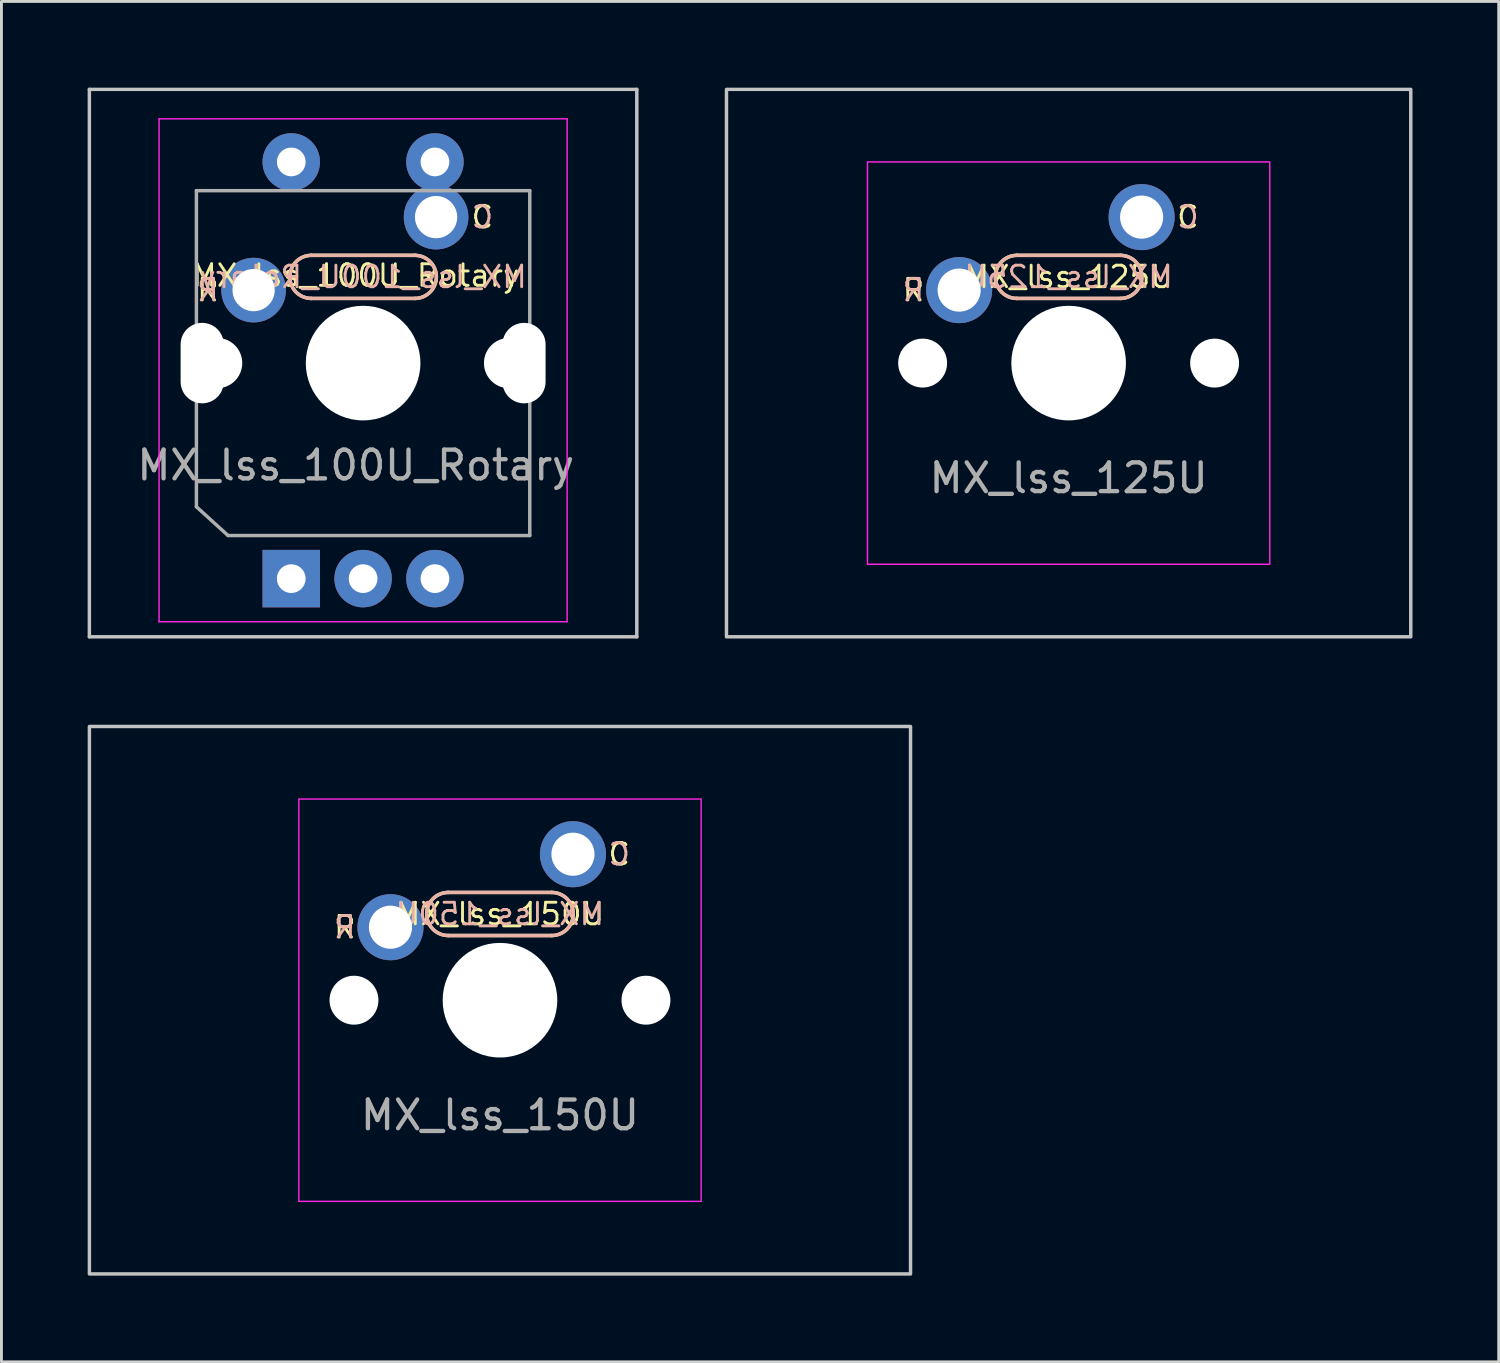
<source format=kicad_pcb>
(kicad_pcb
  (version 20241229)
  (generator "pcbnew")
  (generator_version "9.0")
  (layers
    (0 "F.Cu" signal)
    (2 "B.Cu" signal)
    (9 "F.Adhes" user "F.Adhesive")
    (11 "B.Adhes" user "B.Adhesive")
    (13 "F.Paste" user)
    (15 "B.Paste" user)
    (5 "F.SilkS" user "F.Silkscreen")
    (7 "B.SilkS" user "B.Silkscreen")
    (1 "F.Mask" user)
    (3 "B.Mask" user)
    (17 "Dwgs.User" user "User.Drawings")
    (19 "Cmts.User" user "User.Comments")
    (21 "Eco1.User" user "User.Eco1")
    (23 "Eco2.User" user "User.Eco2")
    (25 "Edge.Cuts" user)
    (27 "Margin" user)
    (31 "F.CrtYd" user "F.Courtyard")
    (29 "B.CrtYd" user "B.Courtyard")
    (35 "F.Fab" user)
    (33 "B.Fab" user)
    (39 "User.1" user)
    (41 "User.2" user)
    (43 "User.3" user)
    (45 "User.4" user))
  (footprint "MX_lss_100U_Rotary"
    (layer "F.Cu")
    (at 9.331 9.585)
    (property "Reference" "MX_lss_100U_Rotary" (at 0 -3.048 0) (unlocked yes) (layer "F.SilkS") (effects (font (size 0.75 0.75) (thickness 0.1))))
    (attr through_hole)
    (fp_line (start -1.546 -3.75) (end 2.054 -3.75) (stroke (width 0.12) (type solid)) (layer "F.SilkS"))
    (fp_line (start 2.054 -2.25) (end -1.546 -2.25) (stroke (width 0.12) (type solid)) (layer "F.SilkS"))
    (fp_arc (start -1.546 -2.25) (mid -2.296 -3) (end -1.546 -3.75) (stroke (width 0.12) (type solid)) (layer "F.SilkS"))
    (fp_arc (start 2.054 -3.75) (mid 2.804 -3) (end 2.054 -2.25) (stroke (width 0.12) (type solid)) (layer "F.SilkS"))
    (fp_line (start -1.546 -2.25) (end 2.054 -2.25) (stroke (width 0.12) (type solid)) (layer "B.SilkS"))
    (fp_line (start 2.054 -3.75) (end -1.546 -3.75) (stroke (width 0.12) (type solid)) (layer "B.SilkS"))
    (fp_arc (start -1.546 -2.25) (mid -2.296 -3) (end -1.546 -3.75) (stroke (width 0.12) (type solid)) (layer "B.SilkS"))
    (fp_arc (start 2.054 -3.75) (mid 2.804 -3) (end 2.054 -2.25) (stroke (width 0.12) (type solid)) (layer "B.SilkS"))
    (fp_line (start -9.271 -9.525) (end -9.271 9.525) (stroke (width 0.12) (type solid)) (layer "Dwgs.User"))
    (fp_line (start -9.271 9.525) (end 9.779 9.525) (stroke (width 0.12) (type solid)) (layer "Dwgs.User"))
    (fp_line (start 9.779 -9.525) (end -9.271 -9.525) (stroke (width 0.12) (type solid)) (layer "Dwgs.User"))
    (fp_line (start 9.779 9.525) (end 9.779 -9.525) (stroke (width 0.12) (type solid)) (layer "Dwgs.User"))
    (fp_line (start -6.846 9) (end -6.846 -8.5) (stroke (width 0.05) (type solid)) (layer "F.CrtYd"))
    (fp_line (start -6.846 9) (end 7.354 9) (stroke (width 0.05) (type solid)) (layer "F.CrtYd"))
    (fp_line (start 7.354 -8.5) (end -6.846 -8.5) (stroke (width 0.05) (type solid)) (layer "F.CrtYd"))
    (fp_line (start 7.354 -8.5) (end 7.354 9) (stroke (width 0.05) (type solid)) (layer "F.CrtYd"))
    (fp_line (start -5.546 -6) (end 6.054 -6) (stroke (width 0.12) (type solid)) (layer "F.Fab"))
    (fp_line (start -5.546 5) (end -5.546 -6) (stroke (width 0.12) (type solid)) (layer "F.Fab"))
    (fp_line (start -4.446 6) (end -5.546 5) (stroke (width 0.12) (type solid)) (layer "F.Fab"))
    (fp_line (start 6.054 -6) (end 6.054 6) (stroke (width 0.12) (type solid)) (layer "F.Fab"))
    (fp_line (start 6.054 6) (end -4.446 6) (stroke (width 0.12) (type solid)) (layer "F.Fab"))
    (fp_text user "R" (at -5.146 -2.54 0) (unlocked yes) (layer "F.SilkS") (effects (font (size 0.75 0.75) (thickness 0.1))))
    (fp_text user "C" (at 4.404 -5.08 0) (unlocked yes) (layer "F.SilkS") (effects (font (size 0.75 0.75) (thickness 0.1))))
    (fp_text user "R" (at -5.146 -2.54 0) (unlocked yes) (layer "B.SilkS") (effects (font (size 0.75 0.75) (thickness 0.1)) (justify mirror)))
    (fp_text user "C" (at 4.404 -5.08 0) (unlocked yes) (layer "B.SilkS") (effects (font (size 0.75 0.75) (thickness 0.1)) (justify mirror)))
    (fp_text user "${REFERENCE}" (at 0.254 -3 0) (unlocked yes) (layer "B.SilkS") (effects (font (size 0.75 0.75) (thickness 0.1)) (justify mirror)))
    (fp_text user "${REFERENCE}" (at 0 3.556 0) (unlocked yes) (layer "F.Fab") (effects (font (size 1 1) (thickness 0.15))))
    (pad "" np_thru_hole oval (at -5.346 0 90) (size 2.8 1.5) (drill oval 2.8 1.5) (layers "*.Cu" "*.Mask"))
    (pad "" np_thru_hole circle (at -4.826 0) (size 1.75 1.75) (drill 1.75) (layers "*.Cu" "*.Mask"))
    (pad "" np_thru_hole circle (at 0.254 0) (size 3.988 3.988) (drill 3.988) (layers "*.Cu" "*.Mask"))
    (pad "" np_thru_hole circle (at 5.334 0) (size 1.75 1.75) (drill 1.75) (layers "*.Cu" "*.Mask"))
    (pad "" np_thru_hole oval (at 5.854 0 90) (size 2.8 1.5) (drill oval 2.8 1.5) (layers "*.Cu" "*.Mask"))
    (pad "A" thru_hole rect (at -2.246 7.5 90) (size 2 2) (drill 1) (layers "*.Cu" "*.Mask"))
    (pad "B" thru_hole circle (at 2.754 7.5 90) (size 2 2) (drill 1) (layers "*.Cu" "*.Mask"))
    (pad "C" thru_hole circle (at 0.254 7.5 90) (size 2 2) (drill 1) (layers "*.Cu" "*.Mask"))
    (pad "S1" thru_hole circle (at -3.556 -2.54) (size 2.25 2.25) (drill 1.47) (layers "*.Cu" "*.Mask"))
    (pad "S1" thru_hole circle (at -2.246 -7 90) (size 2 2) (drill 1) (layers "*.Cu" "*.Mask"))
    (pad "S2" thru_hole circle (at 2.754 -7 90) (size 2 2) (drill 1) (layers "*.Cu" "*.Mask"))
    (pad "S2" thru_hole circle (at 2.794 -5.08) (size 2.25 2.25) (drill 1.47) (layers "*.Cu" "*.Mask")))
  (footprint "MX_lss_150U"
    (layer "F.Cu")
    (at 14.348 31.755)
    (property "Reference" "MX_lss_150U" (at 0 -3 0) (unlocked yes) (layer "F.SilkS") (effects (font (size 0.75 0.75) (thickness 0.1))))
    (attr through_hole)
    (fp_line (start -1.8 -3.75) (end 1.8 -3.75) (stroke (width 0.12) (type solid)) (layer "F.SilkS"))
    (fp_line (start 1.8 -2.25) (end -1.8 -2.25) (stroke (width 0.12) (type solid)) (layer "F.SilkS"))
    (fp_arc (start -1.8 -2.25) (mid -2.55 -3) (end -1.8 -3.75) (stroke (width 0.12) (type solid)) (layer "F.SilkS"))
    (fp_arc (start 1.8 -3.75) (mid 2.55 -3) (end 1.8 -2.25) (stroke (width 0.12) (type solid)) (layer "F.SilkS"))
    (fp_line (start -1.8 -2.25) (end 1.8 -2.25) (stroke (width 0.12) (type solid)) (layer "B.SilkS"))
    (fp_line (start 1.8 -3.75) (end -1.8 -3.75) (stroke (width 0.12) (type solid)) (layer "B.SilkS"))
    (fp_arc (start -1.8 -2.25) (mid -2.55 -3) (end -1.8 -3.75) (stroke (width 0.12) (type solid)) (layer "B.SilkS"))
    (fp_arc (start 1.8 -3.75) (mid 2.55 -3) (end 1.8 -2.25) (stroke (width 0.12) (type solid)) (layer "B.SilkS"))
    (fp_rect (start -14.287 -9.525) (end 14.287 9.525) (stroke (width 0.12) (type solid)) (fill no) (layer "Dwgs.User"))
    (fp_rect (start -7 -7) (end 7 7) (stroke (width 0.05) (type solid)) (fill no) (layer "F.CrtYd"))
    (fp_text user "C" (at 4.15 -5.08 0) (unlocked yes) (layer "F.SilkS") (effects (font (size 0.75 0.75) (thickness 0.1))))
    (fp_text user "R" (at -5.4 -2.54 0) (unlocked yes) (layer "F.SilkS") (effects (font (size 0.75 0.75) (thickness 0.1))))
    (fp_text user "${REFERENCE}" (at 0 -3 0) (unlocked yes) (layer "B.SilkS") (effects (font (size 0.75 0.75) (thickness 0.1)) (justify mirror)))
    (fp_text user "R" (at -5.4 -2.54 0) (unlocked yes) (layer "B.SilkS") (effects (font (size 0.75 0.75) (thickness 0.1)) (justify mirror)))
    (fp_text user "C" (at 4.15 -5.08 0) (unlocked yes) (layer "B.SilkS") (effects (font (size 0.75 0.75) (thickness 0.1)) (justify mirror)))
    (fp_text user "${REFERENCE}" (at 0 4 0) (unlocked yes) (layer "F.Fab") (effects (font (size 1 1) (thickness 0.15))))
    (pad "" np_thru_hole circle (at -5.08 0) (size 1.702 1.702) (drill 1.702) (layers "*.Cu" "*.Mask"))
    (pad "" np_thru_hole circle (at 0 0) (size 3.988 3.988) (drill 3.988) (layers "*.Cu" "*.Mask"))
    (pad "" np_thru_hole circle (at 5.08 0) (size 1.702 1.702) (drill 1.702) (layers "*.Cu" "*.Mask"))
    (pad "1" thru_hole circle (at 2.54 -5.08) (size 2.3 2.3) (drill 1.5) (layers "*.Cu" "*.Mask"))
    (pad "2" thru_hole circle (at -3.81 -2.54) (size 2.3 2.3) (drill 1.5) (layers "*.Cu" "*.Mask")))
  (footprint "MX_lss_125U"
    (layer "F.Cu")
    (at 34.136 9.585)
    (property "Reference" "MX_lss_125U" (at 0 -3 0) (unlocked yes) (layer "F.SilkS") (effects (font (size 0.75 0.75) (thickness 0.1))))
    (attr through_hole)
    (fp_line (start -1.8 -3.75) (end 1.8 -3.75) (stroke (width 0.12) (type solid)) (layer "F.SilkS"))
    (fp_line (start 1.8 -2.25) (end -1.8 -2.25) (stroke (width 0.12) (type solid)) (layer "F.SilkS"))
    (fp_arc (start -1.8 -2.25) (mid -2.55 -3) (end -1.8 -3.75) (stroke (width 0.12) (type solid)) (layer "F.SilkS"))
    (fp_arc (start 1.8 -3.75) (mid 2.55 -3) (end 1.8 -2.25) (stroke (width 0.12) (type solid)) (layer "F.SilkS"))
    (fp_line (start -1.8 -2.25) (end 1.8 -2.25) (stroke (width 0.12) (type solid)) (layer "B.SilkS"))
    (fp_line (start 1.8 -3.75) (end -1.8 -3.75) (stroke (width 0.12) (type solid)) (layer "B.SilkS"))
    (fp_arc (start -1.8 -2.25) (mid -2.55 -3) (end -1.8 -3.75) (stroke (width 0.12) (type solid)) (layer "B.SilkS"))
    (fp_arc (start 1.8 -3.75) (mid 2.55 -3) (end 1.8 -2.25) (stroke (width 0.12) (type solid)) (layer "B.SilkS"))
    (fp_rect (start -11.906 -9.525) (end 11.906 9.525) (stroke (width 0.12) (type solid)) (fill no) (layer "Dwgs.User"))
    (fp_rect (start -7 -7) (end 7 7) (stroke (width 0.05) (type solid)) (fill no) (layer "F.CrtYd"))
    (fp_text user "R" (at -5.4 -2.54 0) (unlocked yes) (layer "F.SilkS") (effects (font (size 0.75 0.75) (thickness 0.1))))
    (fp_text user "C" (at 4.15 -5.08 0) (unlocked yes) (layer "F.SilkS") (effects (font (size 0.75 0.75) (thickness 0.1))))
    (fp_text user "R" (at -5.4 -2.54 0) (unlocked yes) (layer "B.SilkS") (effects (font (size 0.75 0.75) (thickness 0.1)) (justify mirror)))
    (fp_text user "C" (at 4.15 -5.08 0) (unlocked yes) (layer "B.SilkS") (effects (font (size 0.75 0.75) (thickness 0.1)) (justify mirror)))
    (fp_text user "${REFERENCE}" (at 0 -3 0) (unlocked yes) (layer "B.SilkS") (effects (font (size 0.75 0.75) (thickness 0.1)) (justify mirror)))
    (fp_text user "${REFERENCE}" (at 0 4 0) (unlocked yes) (layer "F.Fab") (effects (font (size 1 1) (thickness 0.15))))
    (pad "" np_thru_hole circle (at -5.08 0) (size 1.702 1.702) (drill 1.702) (layers "*.Cu" "*.Mask"))
    (pad "" np_thru_hole circle (at 0 0) (size 3.988 3.988) (drill 3.988) (layers "*.Cu" "*.Mask"))
    (pad "" np_thru_hole circle (at 5.08 0) (size 1.702 1.702) (drill 1.702) (layers "*.Cu" "*.Mask"))
    (pad "1" thru_hole circle (at 2.54 -5.08) (size 2.3 2.3) (drill 1.5) (layers "*.Cu" "*.Mask"))
    (pad "2" thru_hole circle (at -3.81 -2.54) (size 2.3 2.3) (drill 1.5) (layers "*.Cu" "*.Mask")))
  (gr_rect
    (start -3 -3)
    (end 49.102 44.34)
    (stroke (width 0.1) (type default))
    (fill no)
    (layer "Edge.Cuts")))
</source>
